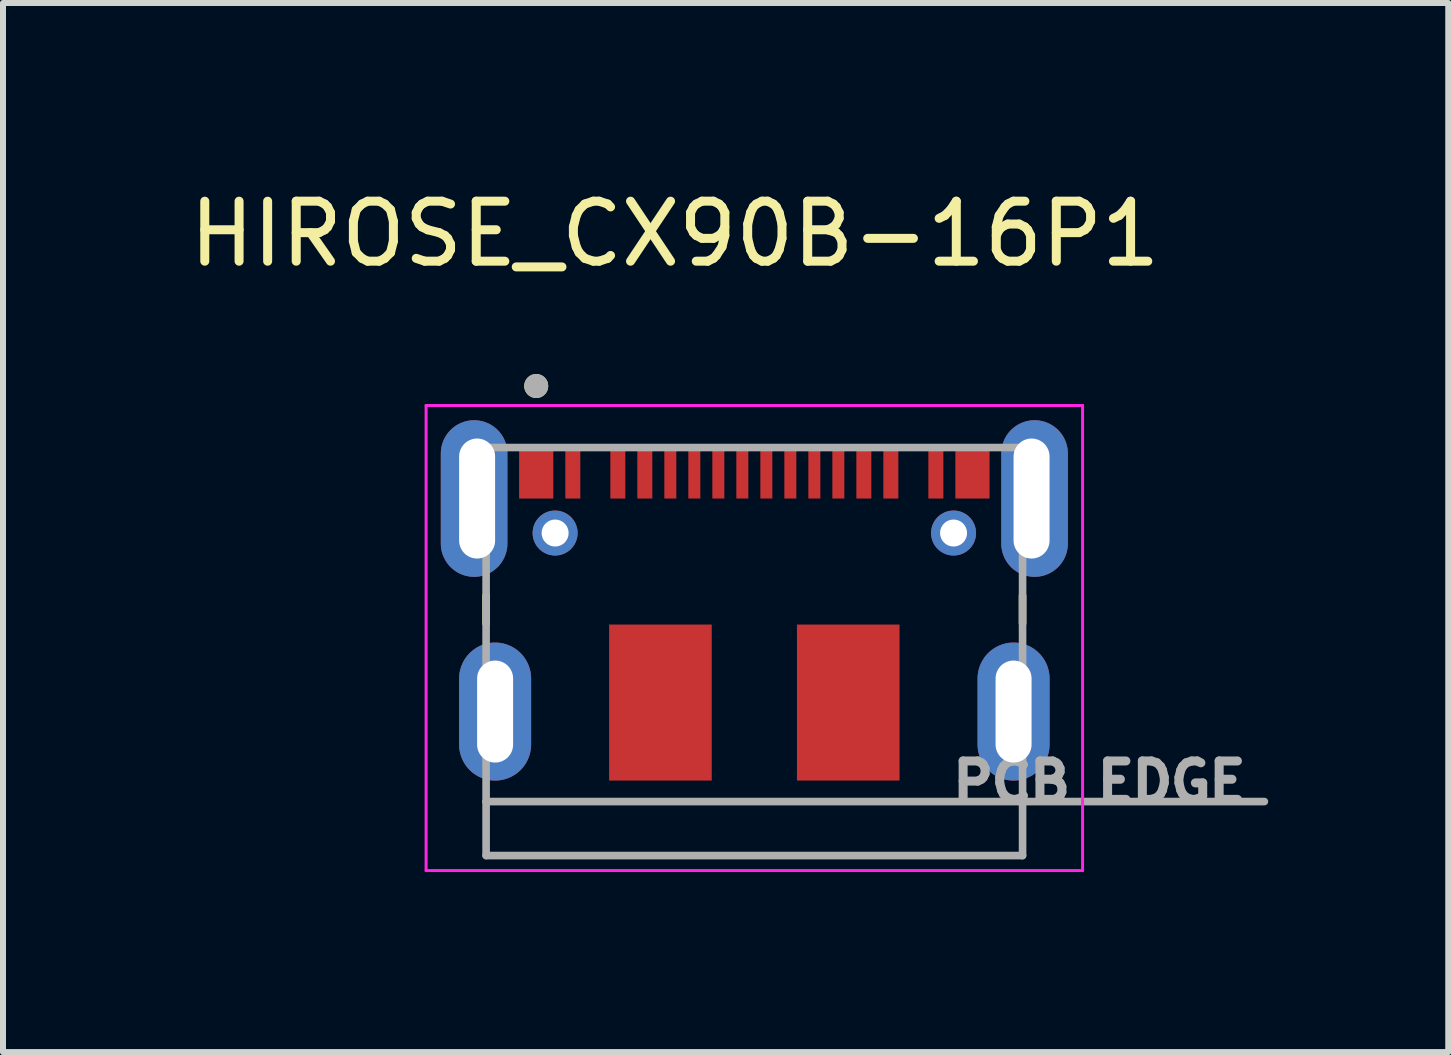
<source format=kicad_pcb>
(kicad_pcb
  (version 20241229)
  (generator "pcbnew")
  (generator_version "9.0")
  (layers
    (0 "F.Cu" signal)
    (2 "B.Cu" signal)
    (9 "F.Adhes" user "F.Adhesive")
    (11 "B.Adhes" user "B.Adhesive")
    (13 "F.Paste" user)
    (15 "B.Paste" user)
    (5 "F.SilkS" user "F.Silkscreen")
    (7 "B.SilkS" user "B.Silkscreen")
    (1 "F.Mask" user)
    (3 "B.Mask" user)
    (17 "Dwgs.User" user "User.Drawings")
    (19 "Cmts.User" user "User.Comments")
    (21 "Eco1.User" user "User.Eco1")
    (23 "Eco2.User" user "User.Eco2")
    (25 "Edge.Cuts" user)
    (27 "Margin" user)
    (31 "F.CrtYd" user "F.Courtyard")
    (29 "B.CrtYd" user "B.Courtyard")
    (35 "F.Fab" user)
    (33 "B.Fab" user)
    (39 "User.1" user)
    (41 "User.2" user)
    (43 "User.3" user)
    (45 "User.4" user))
  (footprint "HIROSE_CX90B-16P1"
    (layer "F.Cu")
    (at 9.521 8.483)
    (property "Reference" "HIROSE_CX90B-16P1" (at -1.325 -7.635 0) (layer "F.SilkS") (effects (font (size 1 1) (thickness 0.15))))
    (attr smd)
    (fp_poly (pts (xy -3.97 -4.125) (xy -3.3 -4.125) (xy -3.3 -3.175) (xy -3.97 -3.175)) (stroke (width 0.01) (type solid)) (fill yes) (layer "F.Mask"))
    (fp_poly (pts (xy -3.2 -4.125) (xy -2.85 -4.125) (xy -2.85 -3.175) (xy -3.2 -3.175)) (stroke (width 0.01) (type solid)) (fill yes) (layer "F.Mask"))
    (fp_poly (pts (xy -2.45 -4.125) (xy -2.1 -4.125) (xy -2.1 -3.175) (xy -2.45 -3.175)) (stroke (width 0.01) (type solid)) (fill yes) (layer "F.Mask"))
    (fp_poly (pts (xy -2 -4.125) (xy -1.65 -4.125) (xy -1.65 -3.175) (xy -2 -3.175)) (stroke (width 0.01) (type solid)) (fill yes) (layer "F.Mask"))
    (fp_poly (pts (xy -1.55 -4.125) (xy -1.25 -4.125) (xy -1.25 -3.175) (xy -1.55 -3.175)) (stroke (width 0.01) (type solid)) (fill yes) (layer "F.Mask"))
    (fp_poly (pts (xy -1.15 -4.125) (xy -0.85 -4.125) (xy -0.85 -3.175) (xy -1.15 -3.175)) (stroke (width 0.01) (type solid)) (fill yes) (layer "F.Mask"))
    (fp_poly (pts (xy -0.75 -4.125) (xy -0.45 -4.125) (xy -0.45 -3.175) (xy -0.75 -3.175)) (stroke (width 0.01) (type solid)) (fill yes) (layer "F.Mask"))
    (fp_poly (pts (xy -0.35 -4.125) (xy -0.05 -4.125) (xy -0.05 -3.175) (xy -0.35 -3.175)) (stroke (width 0.01) (type solid)) (fill yes) (layer "F.Mask"))
    (fp_poly (pts (xy 0.05 -4.125) (xy 0.35 -4.125) (xy 0.35 -3.175) (xy 0.05 -3.175)) (stroke (width 0.01) (type solid)) (fill yes) (layer "F.Mask"))
    (fp_poly (pts (xy 0.45 -4.125) (xy 0.75 -4.125) (xy 0.75 -3.175) (xy 0.45 -3.175)) (stroke (width 0.01) (type solid)) (fill yes) (layer "F.Mask"))
    (fp_poly (pts (xy 0.85 -4.125) (xy 1.15 -4.125) (xy 1.15 -3.175) (xy 0.85 -3.175)) (stroke (width 0.01) (type solid)) (fill yes) (layer "F.Mask"))
    (fp_poly (pts (xy 1.25 -4.125) (xy 1.55 -4.125) (xy 1.55 -3.175) (xy 1.25 -3.175)) (stroke (width 0.01) (type solid)) (fill yes) (layer "F.Mask"))
    (fp_poly (pts (xy 1.65 -4.125) (xy 2 -4.125) (xy 2 -3.175) (xy 1.65 -3.175)) (stroke (width 0.01) (type solid)) (fill yes) (layer "F.Mask"))
    (fp_poly (pts (xy 2.1 -4.125) (xy 2.45 -4.125) (xy 2.45 -3.175) (xy 2.1 -3.175)) (stroke (width 0.01) (type solid)) (fill yes) (layer "F.Mask"))
    (fp_poly (pts (xy 2.85 -4.125) (xy 3.2 -4.125) (xy 3.2 -3.175) (xy 2.85 -3.175)) (stroke (width 0.01) (type solid)) (fill yes) (layer "F.Mask"))
    (fp_poly (pts (xy 3.3 -4.125) (xy 3.97 -4.125) (xy 3.97 -3.175) (xy 3.3 -3.175)) (stroke (width 0.01) (type solid)) (fill yes) (layer "F.Mask"))
    (fp_poly (pts (xy -4.67 -1.825) (xy -4.636 -1.826) (xy -4.602 -1.829) (xy -4.568 -1.833) (xy -4.535 -1.839) (xy -4.502 -1.847) (xy -4.469 -1.857) (xy -4.437 -1.868) (xy -4.406 -1.881) (xy -4.375 -1.896) (xy -4.345 -1.912) (xy -4.316 -1.93) (xy -4.288 -1.949) (xy -4.261 -1.97) (xy -4.235 -1.992) (xy -4.21 -2.015) (xy -4.187 -2.04) (xy -4.165 -2.066) (xy -4.144 -2.093) (xy -4.125 -2.121) (xy -4.107 -2.15) (xy -4.091 -2.18) (xy -4.076 -2.211) (xy -4.063 -2.242) (xy -4.052 -2.274) (xy -4.042 -2.307) (xy -4.034 -2.34) (xy -4.028 -2.373) (xy -4.024 -2.407) (xy -4.021 -2.441) (xy -4.02 -2.475) (xy -4.02 -3.975) (xy -4.021 -4.009) (xy -4.024 -4.043) (xy -4.028 -4.077) (xy -4.034 -4.11) (xy -4.042 -4.143) (xy -4.052 -4.176) (xy -4.063 -4.208) (xy -4.076 -4.239) (xy -4.091 -4.27) (xy -4.107 -4.3) (xy -4.125 -4.329) (xy -4.144 -4.357) (xy -4.165 -4.384) (xy -4.187 -4.41) (xy -4.21 -4.435) (xy -4.235 -4.458) (xy -4.261 -4.48) (xy -4.288 -4.501) (xy -4.316 -4.52) (xy -4.345 -4.538) (xy -4.375 -4.554) (xy -4.406 -4.569) (xy -4.437 -4.582) (xy -4.469 -4.593) (xy -4.502 -4.603) (xy -4.535 -4.611) (xy -4.568 -4.617) (xy -4.602 -4.621) (xy -4.636 -4.624) (xy -4.67 -4.625) (xy -4.704 -4.624) (xy -4.738 -4.621) (xy -4.772 -4.617) (xy -4.805 -4.611) (xy -4.838 -4.603) (xy -4.871 -4.593) (xy -4.903 -4.582) (xy -4.934 -4.569) (xy -4.965 -4.554) (xy -4.995 -4.538) (xy -5.024 -4.52) (xy -5.052 -4.501) (xy -5.079 -4.48) (xy -5.105 -4.458) (xy -5.13 -4.435) (xy -5.153 -4.41) (xy -5.175 -4.384) (xy -5.196 -4.357) (xy -5.215 -4.329) (xy -5.233 -4.3) (xy -5.249 -4.27) (xy -5.264 -4.239) (xy -5.277 -4.208) (xy -5.288 -4.176) (xy -5.298 -4.143) (xy -5.306 -4.11) (xy -5.312 -4.077) (xy -5.316 -4.043) (xy -5.319 -4.009) (xy -5.32 -3.975) (xy -5.32 -2.475) (xy -5.319 -2.441) (xy -5.316 -2.407) (xy -5.312 -2.373) (xy -5.306 -2.34) (xy -5.298 -2.307) (xy -5.288 -2.274) (xy -5.277 -2.242) (xy -5.264 -2.211) (xy -5.249 -2.18) (xy -5.233 -2.15) (xy -5.215 -2.121) (xy -5.196 -2.093) (xy -5.175 -2.066) (xy -5.153 -2.04) (xy -5.13 -2.015) (xy -5.105 -1.992) (xy -5.079 -1.97) (xy -5.052 -1.949) (xy -5.024 -1.93) (xy -4.995 -1.912) (xy -4.965 -1.896) (xy -4.934 -1.881) (xy -4.903 -1.868) (xy -4.871 -1.857) (xy -4.838 -1.847) (xy -4.805 -1.839) (xy -4.772 -1.833) (xy -4.738 -1.829) (xy -4.704 -1.826) (xy -4.67 -1.825)) (stroke (width 0.01) (type solid)) (fill yes) (layer "F.Mask"))
    (fp_poly (pts (xy 4.67 -1.825) (xy 4.636 -1.826) (xy 4.602 -1.829) (xy 4.568 -1.833) (xy 4.535 -1.839) (xy 4.502 -1.847) (xy 4.469 -1.857) (xy 4.437 -1.868) (xy 4.406 -1.881) (xy 4.375 -1.896) (xy 4.345 -1.912) (xy 4.316 -1.93) (xy 4.288 -1.949) (xy 4.261 -1.97) (xy 4.235 -1.992) (xy 4.21 -2.015) (xy 4.187 -2.04) (xy 4.165 -2.066) (xy 4.144 -2.093) (xy 4.125 -2.121) (xy 4.107 -2.15) (xy 4.091 -2.18) (xy 4.076 -2.211) (xy 4.063 -2.242) (xy 4.052 -2.274) (xy 4.042 -2.307) (xy 4.034 -2.34) (xy 4.028 -2.373) (xy 4.024 -2.407) (xy 4.021 -2.441) (xy 4.02 -2.475) (xy 4.02 -3.975) (xy 4.021 -4.009) (xy 4.024 -4.043) (xy 4.028 -4.077) (xy 4.034 -4.11) (xy 4.042 -4.143) (xy 4.052 -4.176) (xy 4.063 -4.208) (xy 4.076 -4.239) (xy 4.091 -4.27) (xy 4.107 -4.3) (xy 4.125 -4.329) (xy 4.144 -4.357) (xy 4.165 -4.384) (xy 4.187 -4.41) (xy 4.21 -4.435) (xy 4.235 -4.458) (xy 4.261 -4.48) (xy 4.288 -4.501) (xy 4.316 -4.52) (xy 4.345 -4.538) (xy 4.375 -4.554) (xy 4.406 -4.569) (xy 4.437 -4.582) (xy 4.469 -4.593) (xy 4.502 -4.603) (xy 4.535 -4.611) (xy 4.568 -4.617) (xy 4.602 -4.621) (xy 4.636 -4.624) (xy 4.67 -4.625) (xy 4.704 -4.624) (xy 4.738 -4.621) (xy 4.772 -4.617) (xy 4.805 -4.611) (xy 4.838 -4.603) (xy 4.871 -4.593) (xy 4.903 -4.582) (xy 4.934 -4.569) (xy 4.965 -4.554) (xy 4.995 -4.538) (xy 5.024 -4.52) (xy 5.052 -4.501) (xy 5.079 -4.48) (xy 5.105 -4.458) (xy 5.13 -4.435) (xy 5.153 -4.41) (xy 5.175 -4.384) (xy 5.196 -4.357) (xy 5.215 -4.329) (xy 5.233 -4.3) (xy 5.249 -4.27) (xy 5.264 -4.239) (xy 5.277 -4.208) (xy 5.288 -4.176) (xy 5.298 -4.143) (xy 5.306 -4.11) (xy 5.312 -4.077) (xy 5.316 -4.043) (xy 5.319 -4.009) (xy 5.32 -3.975) (xy 5.32 -2.475) (xy 5.319 -2.441) (xy 5.316 -2.407) (xy 5.312 -2.373) (xy 5.306 -2.34) (xy 5.298 -2.307) (xy 5.288 -2.274) (xy 5.277 -2.242) (xy 5.264 -2.211) (xy 5.249 -2.18) (xy 5.233 -2.15) (xy 5.215 -2.121) (xy 5.196 -2.093) (xy 5.175 -2.066) (xy 5.153 -2.04) (xy 5.13 -2.015) (xy 5.105 -1.992) (xy 5.079 -1.97) (xy 5.052 -1.949) (xy 5.024 -1.93) (xy 4.995 -1.912) (xy 4.965 -1.896) (xy 4.934 -1.881) (xy 4.903 -1.868) (xy 4.871 -1.857) (xy 4.838 -1.847) (xy 4.805 -1.839) (xy 4.772 -1.833) (xy 4.738 -1.829) (xy 4.704 -1.826) (xy 4.67 -1.825)) (stroke (width 0.01) (type solid)) (fill yes) (layer "F.Mask"))
    (fp_poly (pts (xy -4.67 -1.825) (xy -4.636 -1.826) (xy -4.602 -1.829) (xy -4.568 -1.833) (xy -4.535 -1.839) (xy -4.502 -1.847) (xy -4.469 -1.857) (xy -4.437 -1.868) (xy -4.406 -1.881) (xy -4.375 -1.896) (xy -4.345 -1.912) (xy -4.316 -1.93) (xy -4.288 -1.949) (xy -4.261 -1.97) (xy -4.235 -1.992) (xy -4.21 -2.015) (xy -4.187 -2.04) (xy -4.165 -2.066) (xy -4.144 -2.093) (xy -4.125 -2.121) (xy -4.107 -2.15) (xy -4.091 -2.18) (xy -4.076 -2.211) (xy -4.063 -2.242) (xy -4.052 -2.274) (xy -4.042 -2.307) (xy -4.034 -2.34) (xy -4.028 -2.373) (xy -4.024 -2.407) (xy -4.021 -2.441) (xy -4.02 -2.475) (xy -4.02 -3.975) (xy -4.021 -4.009) (xy -4.024 -4.043) (xy -4.028 -4.077) (xy -4.034 -4.11) (xy -4.042 -4.143) (xy -4.052 -4.176) (xy -4.063 -4.208) (xy -4.076 -4.239) (xy -4.091 -4.27) (xy -4.107 -4.3) (xy -4.125 -4.329) (xy -4.144 -4.357) (xy -4.165 -4.384) (xy -4.187 -4.41) (xy -4.21 -4.435) (xy -4.235 -4.458) (xy -4.261 -4.48) (xy -4.288 -4.501) (xy -4.316 -4.52) (xy -4.345 -4.538) (xy -4.375 -4.554) (xy -4.406 -4.569) (xy -4.437 -4.582) (xy -4.469 -4.593) (xy -4.502 -4.603) (xy -4.535 -4.611) (xy -4.568 -4.617) (xy -4.602 -4.621) (xy -4.636 -4.624) (xy -4.67 -4.625) (xy -4.704 -4.624) (xy -4.738 -4.621) (xy -4.772 -4.617) (xy -4.805 -4.611) (xy -4.838 -4.603) (xy -4.871 -4.593) (xy -4.903 -4.582) (xy -4.934 -4.569) (xy -4.965 -4.554) (xy -4.995 -4.538) (xy -5.024 -4.52) (xy -5.052 -4.501) (xy -5.079 -4.48) (xy -5.105 -4.458) (xy -5.13 -4.435) (xy -5.153 -4.41) (xy -5.175 -4.384) (xy -5.196 -4.357) (xy -5.215 -4.329) (xy -5.233 -4.3) (xy -5.249 -4.27) (xy -5.264 -4.239) (xy -5.277 -4.208) (xy -5.288 -4.176) (xy -5.298 -4.143) (xy -5.306 -4.11) (xy -5.312 -4.077) (xy -5.316 -4.043) (xy -5.319 -4.009) (xy -5.32 -3.975) (xy -5.32 -2.475) (xy -5.319 -2.441) (xy -5.316 -2.407) (xy -5.312 -2.373) (xy -5.306 -2.34) (xy -5.298 -2.307) (xy -5.288 -2.274) (xy -5.277 -2.242) (xy -5.264 -2.211) (xy -5.249 -2.18) (xy -5.233 -2.15) (xy -5.215 -2.121) (xy -5.196 -2.093) (xy -5.175 -2.066) (xy -5.153 -2.04) (xy -5.13 -2.015) (xy -5.105 -1.992) (xy -5.079 -1.97) (xy -5.052 -1.949) (xy -5.024 -1.93) (xy -4.995 -1.912) (xy -4.965 -1.896) (xy -4.934 -1.881) (xy -4.903 -1.868) (xy -4.871 -1.857) (xy -4.838 -1.847) (xy -4.805 -1.839) (xy -4.772 -1.833) (xy -4.738 -1.829) (xy -4.704 -1.826) (xy -4.67 -1.825)) (stroke (width 0.01) (type solid)) (fill yes) (layer "B.Mask"))
    (fp_poly (pts (xy 4.67 -1.825) (xy 4.636 -1.826) (xy 4.602 -1.829) (xy 4.568 -1.833) (xy 4.535 -1.839) (xy 4.502 -1.847) (xy 4.469 -1.857) (xy 4.437 -1.868) (xy 4.406 -1.881) (xy 4.375 -1.896) (xy 4.345 -1.912) (xy 4.316 -1.93) (xy 4.288 -1.949) (xy 4.261 -1.97) (xy 4.235 -1.992) (xy 4.21 -2.015) (xy 4.187 -2.04) (xy 4.165 -2.066) (xy 4.144 -2.093) (xy 4.125 -2.121) (xy 4.107 -2.15) (xy 4.091 -2.18) (xy 4.076 -2.211) (xy 4.063 -2.242) (xy 4.052 -2.274) (xy 4.042 -2.307) (xy 4.034 -2.34) (xy 4.028 -2.373) (xy 4.024 -2.407) (xy 4.021 -2.441) (xy 4.02 -2.475) (xy 4.02 -3.975) (xy 4.021 -4.009) (xy 4.024 -4.043) (xy 4.028 -4.077) (xy 4.034 -4.11) (xy 4.042 -4.143) (xy 4.052 -4.176) (xy 4.063 -4.208) (xy 4.076 -4.239) (xy 4.091 -4.27) (xy 4.107 -4.3) (xy 4.125 -4.329) (xy 4.144 -4.357) (xy 4.165 -4.384) (xy 4.187 -4.41) (xy 4.21 -4.435) (xy 4.235 -4.458) (xy 4.261 -4.48) (xy 4.288 -4.501) (xy 4.316 -4.52) (xy 4.345 -4.538) (xy 4.375 -4.554) (xy 4.406 -4.569) (xy 4.437 -4.582) (xy 4.469 -4.593) (xy 4.502 -4.603) (xy 4.535 -4.611) (xy 4.568 -4.617) (xy 4.602 -4.621) (xy 4.636 -4.624) (xy 4.67 -4.625) (xy 4.704 -4.624) (xy 4.738 -4.621) (xy 4.772 -4.617) (xy 4.805 -4.611) (xy 4.838 -4.603) (xy 4.871 -4.593) (xy 4.903 -4.582) (xy 4.934 -4.569) (xy 4.965 -4.554) (xy 4.995 -4.538) (xy 5.024 -4.52) (xy 5.052 -4.501) (xy 5.079 -4.48) (xy 5.105 -4.458) (xy 5.13 -4.435) (xy 5.153 -4.41) (xy 5.175 -4.384) (xy 5.196 -4.357) (xy 5.215 -4.329) (xy 5.233 -4.3) (xy 5.249 -4.27) (xy 5.264 -4.239) (xy 5.277 -4.208) (xy 5.288 -4.176) (xy 5.298 -4.143) (xy 5.306 -4.11) (xy 5.312 -4.077) (xy 5.316 -4.043) (xy 5.319 -4.009) (xy 5.32 -3.975) (xy 5.32 -2.475) (xy 5.319 -2.441) (xy 5.316 -2.407) (xy 5.312 -2.373) (xy 5.306 -2.34) (xy 5.298 -2.307) (xy 5.288 -2.274) (xy 5.277 -2.242) (xy 5.264 -2.211) (xy 5.249 -2.18) (xy 5.233 -2.15) (xy 5.215 -2.121) (xy 5.196 -2.093) (xy 5.175 -2.066) (xy 5.153 -2.04) (xy 5.13 -2.015) (xy 5.105 -1.992) (xy 5.079 -1.97) (xy 5.052 -1.949) (xy 5.024 -1.93) (xy 4.995 -1.912) (xy 4.965 -1.896) (xy 4.934 -1.881) (xy 4.903 -1.868) (xy 4.871 -1.857) (xy 4.838 -1.847) (xy 4.805 -1.839) (xy 4.772 -1.833) (xy 4.738 -1.829) (xy 4.704 -1.826) (xy 4.67 -1.825)) (stroke (width 0.01) (type solid)) (fill yes) (layer "B.Mask"))
    (fp_line (start -4.47 -1.145) (end -4.47 -1.605) (stroke (width 0.127) (type solid)) (layer "F.SilkS"))
    (fp_line (start 4.47 -1.145) (end 4.47 -1.605) (stroke (width 0.127) (type solid)) (layer "F.SilkS"))
    (fp_circle (center -3.635 -5.1) (end -3.535 -5.1) (stroke (width 0.2) (type solid)) (fill no) (layer "F.SilkS"))
    (fp_line (start -5.47 -4.775) (end 5.47 -4.775) (stroke (width 0.05) (type solid)) (layer "F.CrtYd"))
    (fp_line (start -5.47 2.975) (end -5.47 -4.775) (stroke (width 0.05) (type solid)) (layer "F.CrtYd"))
    (fp_line (start 5.47 -4.775) (end 5.47 2.975) (stroke (width 0.05) (type solid)) (layer "F.CrtYd"))
    (fp_line (start 5.47 2.975) (end -5.47 2.975) (stroke (width 0.05) (type solid)) (layer "F.CrtYd"))
    (fp_line (start -4.47 -4.075) (end 4.47 -4.075) (stroke (width 0.127) (type solid)) (layer "F.Fab"))
    (fp_line (start -4.47 1.825) (end -4.47 -4.075) (stroke (width 0.127) (type solid)) (layer "F.Fab"))
    (fp_line (start -4.47 1.825) (end 8.5 1.825) (stroke (width 0.127) (type solid)) (layer "F.Fab"))
    (fp_line (start -4.47 2.725) (end -4.47 1.825) (stroke (width 0.127) (type solid)) (layer "F.Fab"))
    (fp_line (start 4.47 -4.075) (end 4.47 2.725) (stroke (width 0.127) (type solid)) (layer "F.Fab"))
    (fp_line (start 4.47 2.725) (end -4.47 2.725) (stroke (width 0.127) (type solid)) (layer "F.Fab"))
    (fp_circle (center -3.635 -5.1) (end -3.535 -5.1) (stroke (width 0.2) (type solid)) (fill no) (layer "F.Fab"))
    (fp_text user "PCB EDGE" (at 5.75 1.5 0) (layer "F.Fab") (effects (font (size 0.64 0.64) (thickness 0.15))))
    (pad "A1" smd rect (at -3.635 -3.65) (size 0.57 0.85) (layers "F.Cu" "F.Paste"))
    (pad "A4" smd rect (at -2.275 -3.65) (size 0.25 0.85) (layers "F.Cu" "F.Paste"))
    (pad "A5" smd rect (at -1.4 -3.65) (size 0.2 0.85) (layers "F.Cu" "F.Paste"))
    (pad "A6" smd rect (at -0.6 -3.65) (size 0.2 0.85) (layers "F.Cu" "F.Paste"))
    (pad "A7" smd rect (at 0.6 -3.65) (size 0.2 0.85) (layers "F.Cu" "F.Paste"))
    (pad "A8" smd rect (at 1.4 -3.65) (size 0.2 0.85) (layers "F.Cu" "F.Paste"))
    (pad "A9" smd rect (at 2.275 -3.65) (size 0.25 0.85) (layers "F.Cu" "F.Paste"))
    (pad "A12" smd rect (at 3.635 -3.65) (size 0.57 0.85) (layers "F.Cu" "F.Paste"))
    (pad "B1" smd rect (at 3.025 -3.65) (size 0.25 0.85) (layers "F.Cu" "F.Paste"))
    (pad "B4" smd rect (at 1.825 -3.65) (size 0.25 0.85) (layers "F.Cu" "F.Paste"))
    (pad "B5" smd rect (at 1 -3.65) (size 0.2 0.85) (layers "F.Cu" "F.Paste"))
    (pad "B6" smd rect (at 0.2 -3.65) (size 0.2 0.85) (layers "F.Cu" "F.Paste"))
    (pad "B7" smd rect (at -0.2 -3.65) (size 0.2 0.85) (layers "F.Cu" "F.Paste"))
    (pad "B8" smd rect (at -1 -3.65) (size 0.2 0.85) (layers "F.Cu" "F.Paste"))
    (pad "B9" smd rect (at -1.825 -3.65) (size 0.25 0.85) (layers "F.Cu" "F.Paste"))
    (pad "B12" smd rect (at -3.025 -3.65) (size 0.25 0.85) (layers "F.Cu" "F.Paste"))
    (pad "MID1" thru_hole circle (at -3.32 -2.65) (size 0.75 0.75) (drill 0.45) (layers "*.Cu" "*.Mask"))
    (pad "MID2" thru_hole circle (at 3.32 -2.65) (size 0.75 0.75) (drill 0.45) (layers "*.Cu" "*.Mask"))
    (pad "SH1" thru_hole custom (at -4.62 -3.225) (size 1 2) (drill oval 0.6 2) (layers "*.Cu") (options (anchor circle)) (primitives (gr_poly (pts (xy -0.05 -1.3) (xy -0.021 -1.299) (xy 0.007 -1.297) (xy 0.036 -1.293) (xy 0.064 -1.288) (xy 0.092 -1.281) (xy 0.12 -1.273) (xy 0.147 -1.263) (xy 0.174 -1.252) (xy 0.2 -1.24) (xy 0.225 -1.226) (xy 0.25 -1.211) (xy 0.273 -1.195) (xy 0.296 -1.177) (xy 0.318 -1.159) (xy 0.339 -1.139) (xy 0.359 -1.118) (xy 0.377 -1.096) (xy 0.395 -1.073) (xy 0.411 -1.05) (xy 0.426 -1.025) (xy 0.44 -1) (xy 0.452 -0.974) (xy 0.463 -0.947) (xy 0.473 -0.92) (xy 0.481 -0.892) (xy 0.488 -0.864) (xy 0.493 -0.836) (xy 0.497 -0.807) (xy 0.499 -0.779) (xy 0.5 -0.75) (xy 0.5 0.75) (xy 0.499 0.779) (xy 0.497 0.807) (xy 0.493 0.836) (xy 0.488 0.864) (xy 0.481 0.892) (xy 0.473 0.92) (xy 0.463 0.947) (xy 0.452 0.974) (xy 0.44 1) (xy 0.426 1.025) (xy 0.411 1.05) (xy 0.395 1.073) (xy 0.377 1.096) (xy 0.359 1.118) (xy 0.339 1.139) (xy 0.318 1.159) (xy 0.296 1.177) (xy 0.273 1.195) (xy 0.25 1.211) (xy 0.225 1.226) (xy 0.2 1.24) (xy 0.174 1.252) (xy 0.147 1.263) (xy 0.12 1.273) (xy 0.092 1.281) (xy 0.064 1.288) (xy 0.036 1.293) (xy 0.007 1.297) (xy -0.021 1.299) (xy -0.05 1.3) (xy -0.079 1.299) (xy -0.107 1.297) (xy -0.136 1.293) (xy -0.164 1.288) (xy -0.192 1.281) (xy -0.22 1.273) (xy -0.247 1.263) (xy -0.274 1.252) (xy -0.3 1.24) (xy -0.325 1.226) (xy -0.35 1.211) (xy -0.373 1.195) (xy -0.396 1.177) (xy -0.418 1.159) (xy -0.439 1.139) (xy -0.459 1.118) (xy -0.477 1.096) (xy -0.495 1.073) (xy -0.511 1.05) (xy -0.526 1.025) (xy -0.54 1) (xy -0.552 0.974) (xy -0.563 0.947) (xy -0.573 0.92) (xy -0.581 0.892) (xy -0.588 0.864) (xy -0.593 0.836) (xy -0.597 0.807) (xy -0.599 0.779) (xy -0.6 0.75) (xy -0.6 -0.75) (xy -0.599 -0.779) (xy -0.597 -0.807) (xy -0.593 -0.836) (xy -0.588 -0.864) (xy -0.581 -0.892) (xy -0.573 -0.92) (xy -0.563 -0.947) (xy -0.552 -0.974) (xy -0.54 -1) (xy -0.526 -1.025) (xy -0.511 -1.05) (xy -0.495 -1.073) (xy -0.477 -1.096) (xy -0.459 -1.118) (xy -0.439 -1.139) (xy -0.418 -1.159) (xy -0.396 -1.177) (xy -0.373 -1.195) (xy -0.35 -1.211) (xy -0.325 -1.226) (xy -0.3 -1.24) (xy -0.274 -1.252) (xy -0.247 -1.263) (xy -0.22 -1.273) (xy -0.192 -1.281) (xy -0.164 -1.288) (xy -0.136 -1.293) (xy -0.107 -1.297) (xy -0.079 -1.299) (xy -0.05 -1.3)) (width 0.01) (fill yes))))
    (pad "SH2" thru_hole custom (at 4.62 -3.225) (size 1 2) (drill oval 0.6 2) (layers "*.Cu") (options (anchor circle)) (primitives (gr_poly (pts (xy 0.05 -1.3) (xy 0.021 -1.299) (xy -0.007 -1.297) (xy -0.036 -1.293) (xy -0.064 -1.288) (xy -0.092 -1.281) (xy -0.12 -1.273) (xy -0.147 -1.263) (xy -0.174 -1.252) (xy -0.2 -1.24) (xy -0.225 -1.226) (xy -0.25 -1.211) (xy -0.273 -1.195) (xy -0.296 -1.177) (xy -0.318 -1.159) (xy -0.339 -1.139) (xy -0.359 -1.118) (xy -0.377 -1.096) (xy -0.395 -1.073) (xy -0.411 -1.05) (xy -0.426 -1.025) (xy -0.44 -1) (xy -0.452 -0.974) (xy -0.463 -0.947) (xy -0.473 -0.92) (xy -0.481 -0.892) (xy -0.488 -0.864) (xy -0.493 -0.836) (xy -0.497 -0.807) (xy -0.499 -0.779) (xy -0.5 -0.75) (xy -0.5 0.75) (xy -0.499 0.779) (xy -0.497 0.807) (xy -0.493 0.836) (xy -0.488 0.864) (xy -0.481 0.892) (xy -0.473 0.92) (xy -0.463 0.947) (xy -0.452 0.974) (xy -0.44 1) (xy -0.426 1.025) (xy -0.411 1.05) (xy -0.395 1.073) (xy -0.377 1.096) (xy -0.359 1.118) (xy -0.339 1.139) (xy -0.318 1.159) (xy -0.296 1.177) (xy -0.273 1.195) (xy -0.25 1.211) (xy -0.225 1.226) (xy -0.2 1.24) (xy -0.174 1.252) (xy -0.147 1.263) (xy -0.12 1.273) (xy -0.092 1.281) (xy -0.064 1.288) (xy -0.036 1.293) (xy -0.007 1.297) (xy 0.021 1.299) (xy 0.05 1.3) (xy 0.079 1.299) (xy 0.107 1.297) (xy 0.136 1.293) (xy 0.164 1.288) (xy 0.192 1.281) (xy 0.22 1.273) (xy 0.247 1.263) (xy 0.274 1.252) (xy 0.3 1.24) (xy 0.325 1.226) (xy 0.35 1.211) (xy 0.373 1.195) (xy 0.396 1.177) (xy 0.418 1.159) (xy 0.439 1.139) (xy 0.459 1.118) (xy 0.477 1.096) (xy 0.495 1.073) (xy 0.511 1.05) (xy 0.526 1.025) (xy 0.54 1) (xy 0.552 0.974) (xy 0.563 0.947) (xy 0.573 0.92) (xy 0.581 0.892) (xy 0.588 0.864) (xy 0.593 0.836) (xy 0.597 0.807) (xy 0.599 0.779) (xy 0.6 0.75) (xy 0.6 -0.75) (xy 0.599 -0.779) (xy 0.597 -0.807) (xy 0.593 -0.836) (xy 0.588 -0.864) (xy 0.581 -0.892) (xy 0.573 -0.92) (xy 0.563 -0.947) (xy 0.552 -0.974) (xy 0.54 -1) (xy 0.526 -1.025) (xy 0.511 -1.05) (xy 0.495 -1.073) (xy 0.477 -1.096) (xy 0.459 -1.118) (xy 0.439 -1.139) (xy 0.418 -1.159) (xy 0.396 -1.177) (xy 0.373 -1.195) (xy 0.35 -1.211) (xy 0.325 -1.226) (xy 0.3 -1.24) (xy 0.274 -1.252) (xy 0.247 -1.263) (xy 0.22 -1.273) (xy 0.192 -1.281) (xy 0.164 -1.288) (xy 0.136 -1.293) (xy 0.107 -1.297) (xy 0.079 -1.299) (xy 0.05 -1.3)) (width 0.01) (fill yes))))
    (pad "SH3" thru_hole oval (at -4.32 0.325) (size 1.2 2.3) (drill oval 0.6 1.7) (layers "*.Cu" "*.Mask"))
    (pad "SH4" thru_hole oval (at 4.32 0.325) (size 1.2 2.3) (drill oval 0.6 1.7) (layers "*.Cu" "*.Mask"))
    (pad "SH5" smd rect (at -1.565 0.175) (size 1.71 2.6) (layers "F.Cu" "F.Mask" "F.Paste"))
    (pad "SH6" smd rect (at 1.565 0.175) (size 1.71 2.6) (layers "F.Cu" "F.Mask" "F.Paste")))
  (gr_rect
    (start -3 -3)
    (end 21.085 14.483)
    (stroke (width 0.1) (type default))
    (fill no)
    (layer "Edge.Cuts")))
</source>
